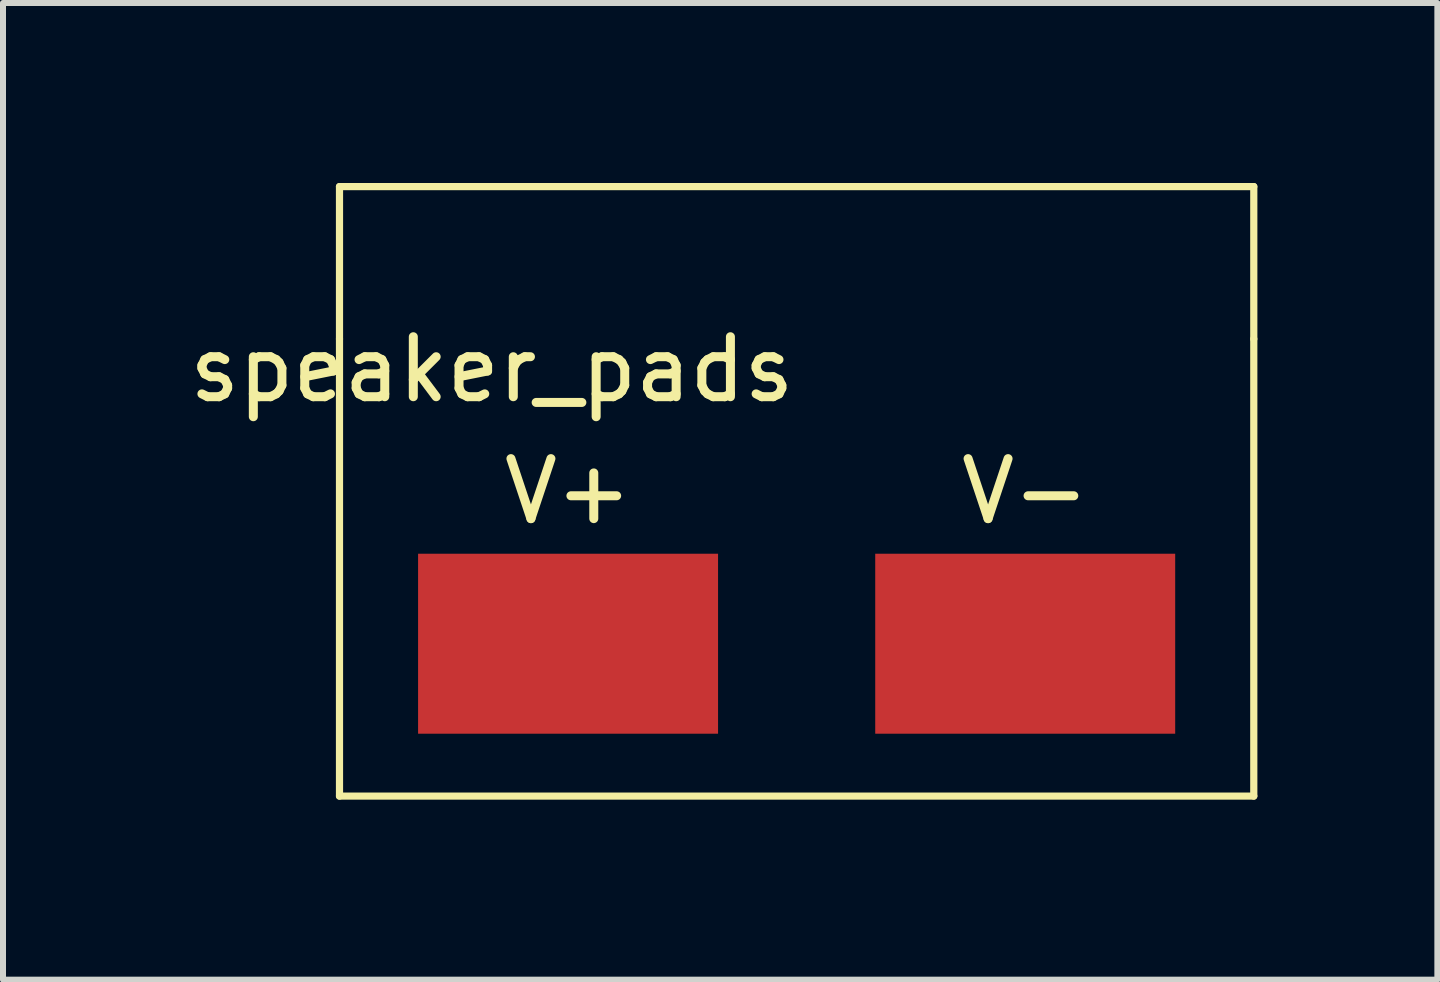
<source format=kicad_pcb>
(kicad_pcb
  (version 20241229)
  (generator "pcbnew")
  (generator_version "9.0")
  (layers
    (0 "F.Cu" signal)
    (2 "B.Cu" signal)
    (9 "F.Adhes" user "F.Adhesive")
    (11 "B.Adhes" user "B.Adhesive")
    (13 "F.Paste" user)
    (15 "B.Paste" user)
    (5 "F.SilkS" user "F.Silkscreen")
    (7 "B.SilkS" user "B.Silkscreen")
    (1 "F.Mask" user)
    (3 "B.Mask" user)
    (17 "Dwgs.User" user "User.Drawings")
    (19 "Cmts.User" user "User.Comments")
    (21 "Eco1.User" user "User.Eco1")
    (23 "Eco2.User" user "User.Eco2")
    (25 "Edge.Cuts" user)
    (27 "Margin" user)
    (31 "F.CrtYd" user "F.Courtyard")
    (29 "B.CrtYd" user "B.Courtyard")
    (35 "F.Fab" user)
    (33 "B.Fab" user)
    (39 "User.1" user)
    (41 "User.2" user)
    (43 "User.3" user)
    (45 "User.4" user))
  (footprint "speaker_pads"
    (layer "F.Cu")
    (at 8.959 5.14)
    (property "Reference" "speaker_pads" (at -3.81 -2.032 0) (layer "F.SilkS") (effects (font (size 1 1) (thickness 0.15))))
    (attr through_hole)
    (fp_line (start -6.35 -5.08) (end 8.89 -5.08) (stroke (width 0.12) (type solid)) (layer "F.SilkS"))
    (fp_line (start -6.35 -2.54) (end -6.35 -5.08) (stroke (width 0.12) (type solid)) (layer "F.SilkS"))
    (fp_line (start -6.35 -2.54) (end -6.35 5.08) (stroke (width 0.12) (type solid)) (layer "F.SilkS"))
    (fp_line (start -6.35 5.08) (end 8.89 5.08) (stroke (width 0.12) (type solid)) (layer "F.SilkS"))
    (fp_line (start 8.89 -5.08) (end 8.89 -2.54) (stroke (width 0.12) (type solid)) (layer "F.SilkS"))
    (fp_line (start 8.89 5.08) (end 8.89 -2.54) (stroke (width 0.12) (type solid)) (layer "F.SilkS"))
    (fp_text user "V-" (at 5.08 0 0) (layer "F.SilkS") (effects (font (size 1 1) (thickness 0.15))))
    (fp_text user "V+" (at -2.54 0 0) (layer "F.SilkS") (effects (font (size 1 1) (thickness 0.15))))
    (pad "1" smd rect (at -2.54 2.54) (size 5 3) (layers "F.Cu" "F.Mask" "F.Paste"))
    (pad "2" smd rect (at 5.08 2.54) (size 5 3) (layers "F.Cu" "F.Mask" "F.Paste")))
  (gr_rect
    (start -3 -3)
    (end 20.909 13.28)
    (stroke (width 0.1) (type default))
    (fill no)
    (layer "Edge.Cuts")))
</source>
